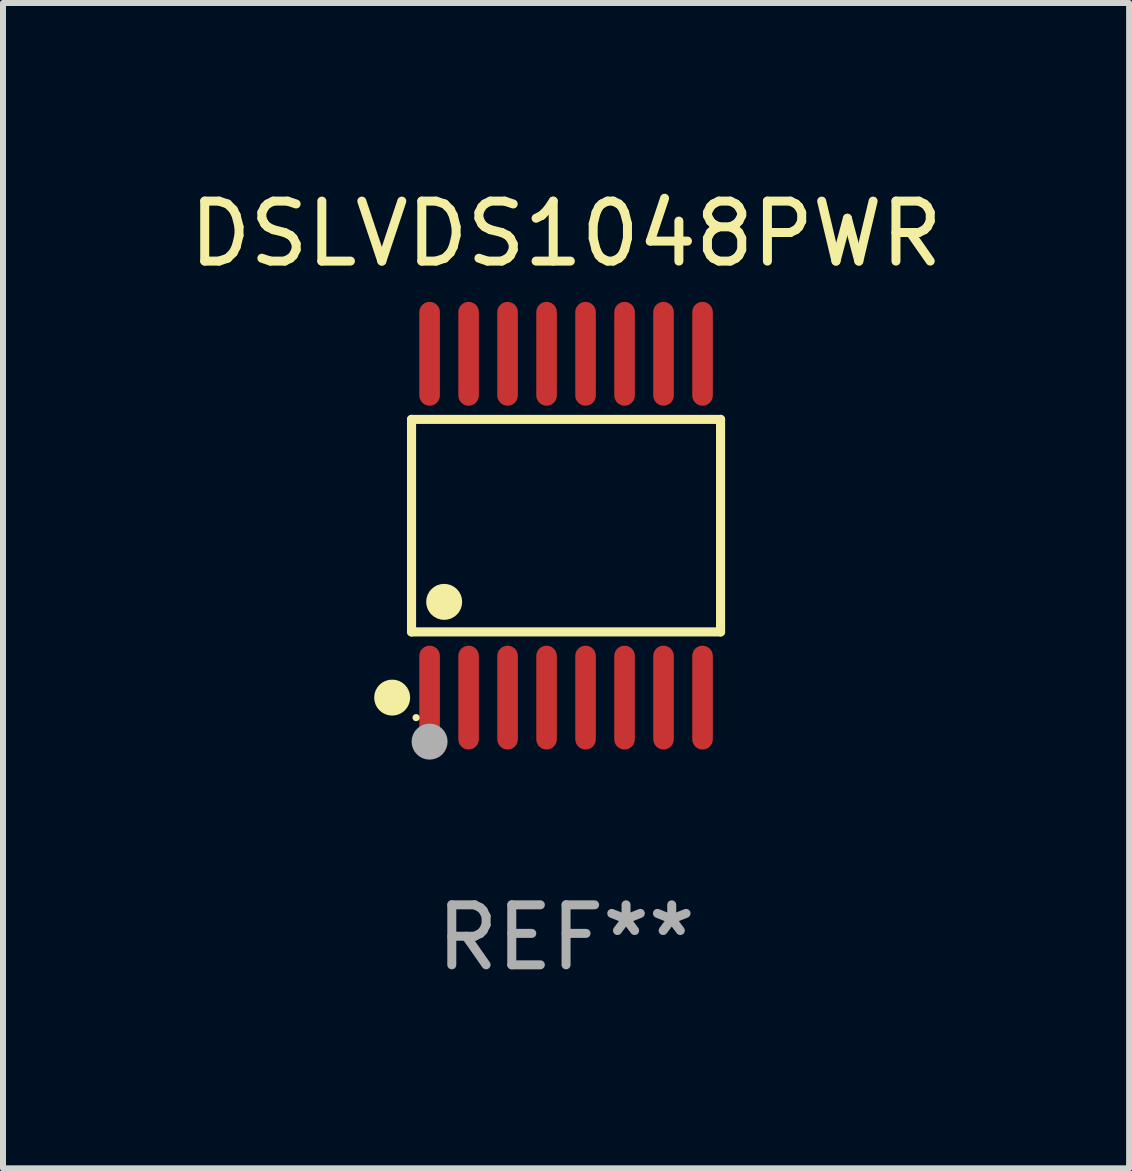
<source format=kicad_pcb>
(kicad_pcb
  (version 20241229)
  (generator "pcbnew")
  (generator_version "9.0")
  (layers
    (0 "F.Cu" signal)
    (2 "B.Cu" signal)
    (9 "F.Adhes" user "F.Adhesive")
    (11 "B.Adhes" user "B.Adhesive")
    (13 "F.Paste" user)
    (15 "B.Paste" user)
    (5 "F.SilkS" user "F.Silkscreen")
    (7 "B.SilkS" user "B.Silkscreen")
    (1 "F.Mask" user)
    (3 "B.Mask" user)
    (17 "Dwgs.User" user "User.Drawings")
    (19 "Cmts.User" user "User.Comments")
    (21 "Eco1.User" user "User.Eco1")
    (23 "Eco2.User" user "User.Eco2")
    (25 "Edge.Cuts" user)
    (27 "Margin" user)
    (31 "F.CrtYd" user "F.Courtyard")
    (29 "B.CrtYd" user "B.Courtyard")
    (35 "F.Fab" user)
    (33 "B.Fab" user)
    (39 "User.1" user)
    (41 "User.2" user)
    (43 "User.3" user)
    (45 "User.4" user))
  (footprint "DSLVDS1048PWR"
    (layer "F.Cu")
    (at 6.387 5.714)
    (property "Reference" "DSLVDS1048PWR" (at 0 -4.866 0) (layer "F.SilkS") (effects (font (size 1 1) (thickness 0.15))))
    (attr through_hole)
    (fp_line (start -2.576 -1.772) (end 2.576 -1.772) (stroke (width 0.152) (type solid)) (layer "F.SilkS"))
    (fp_line (start -2.576 1.771) (end -2.576 -1.772) (stroke (width 0.152) (type solid)) (layer "F.SilkS"))
    (fp_line (start 2.576 -1.772) (end 2.576 1.771) (stroke (width 0.152) (type solid)) (layer "F.SilkS"))
    (fp_line (start 2.576 1.771) (end -2.576 1.771) (stroke (width 0.152) (type solid)) (layer "F.SilkS"))
    (fp_circle (center -2.899 2.866) (end -2.749 2.866) (stroke (width 0.3) (type solid)) (fill no) (layer "F.SilkS"))
    (fp_circle (center -2.5 3.2) (end -2.47 3.2) (stroke (width 0.06) (type solid)) (fill no) (layer "F.SilkS"))
    (fp_circle (center -2.032 1.27) (end -1.882 1.27) (stroke (width 0.3) (type solid)) (fill no) (layer "F.SilkS"))
    (fp_circle (center -2.275 3.6) (end -2.125 3.6) (stroke (width 0.3) (type solid)) (fill no) (layer "F.Fab"))
    (fp_text user "REF**" (at 0 6.866 0) (layer "F.Fab") (effects (font (size 1 1) (thickness 0.15))))
    (pad "1" smd oval (at -2.275 2.866) (size 0.343 1.731) (layers "F.Cu" "F.Mask" "F.Paste"))
    (pad "2" smd oval (at -1.625 2.866) (size 0.343 1.731) (layers "F.Cu" "F.Mask" "F.Paste"))
    (pad "3" smd oval (at -0.975 2.866) (size 0.343 1.731) (layers "F.Cu" "F.Mask" "F.Paste"))
    (pad "4" smd oval (at -0.325 2.866) (size 0.343 1.731) (layers "F.Cu" "F.Mask" "F.Paste"))
    (pad "5" smd oval (at 0.325 2.866) (size 0.343 1.731) (layers "F.Cu" "F.Mask" "F.Paste"))
    (pad "6" smd oval (at 0.975 2.866) (size 0.343 1.731) (layers "F.Cu" "F.Mask" "F.Paste"))
    (pad "7" smd oval (at 1.625 2.866) (size 0.343 1.731) (layers "F.Cu" "F.Mask" "F.Paste"))
    (pad "8" smd oval (at 2.275 2.866) (size 0.343 1.731) (layers "F.Cu" "F.Mask" "F.Paste"))
    (pad "9" smd oval (at 2.275 -2.866) (size 0.343 1.731) (layers "F.Cu" "F.Mask" "F.Paste"))
    (pad "10" smd oval (at 1.625 -2.866) (size 0.343 1.731) (layers "F.Cu" "F.Mask" "F.Paste"))
    (pad "11" smd oval (at 0.975 -2.866) (size 0.343 1.731) (layers "F.Cu" "F.Mask" "F.Paste"))
    (pad "12" smd oval (at 0.325 -2.866) (size 0.343 1.731) (layers "F.Cu" "F.Mask" "F.Paste"))
    (pad "13" smd oval (at -0.325 -2.866) (size 0.343 1.731) (layers "F.Cu" "F.Mask" "F.Paste"))
    (pad "14" smd oval (at -0.975 -2.866) (size 0.343 1.731) (layers "F.Cu" "F.Mask" "F.Paste"))
    (pad "15" smd oval (at -1.625 -2.866) (size 0.343 1.731) (layers "F.Cu" "F.Mask" "F.Paste"))
    (pad "16" smd oval (at -2.275 -2.866) (size 0.343 1.731) (layers "F.Cu" "F.Mask" "F.Paste")))
  (gr_rect
    (start -3 -3)
    (end 15.774 16.428)
    (stroke (width 0.1) (type default))
    (fill no)
    (layer "Edge.Cuts")))
</source>
